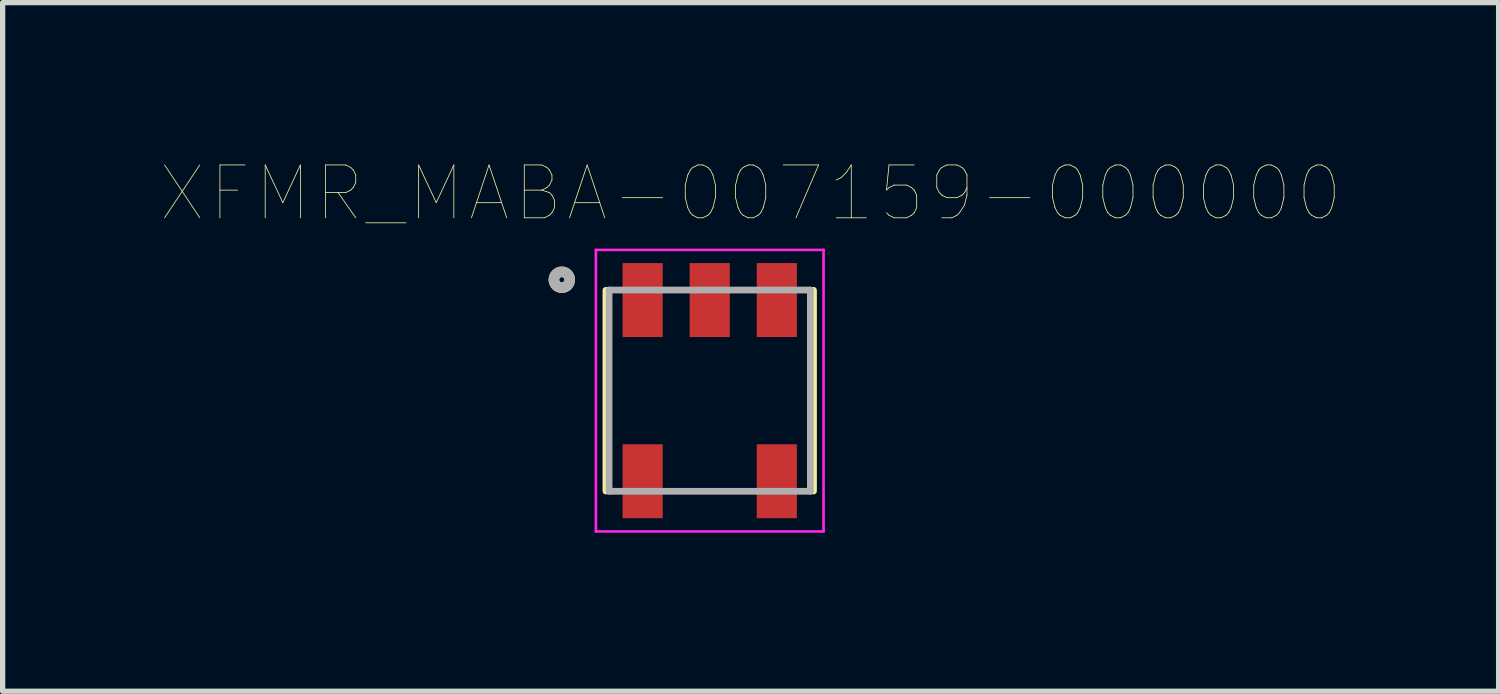
<source format=kicad_pcb>
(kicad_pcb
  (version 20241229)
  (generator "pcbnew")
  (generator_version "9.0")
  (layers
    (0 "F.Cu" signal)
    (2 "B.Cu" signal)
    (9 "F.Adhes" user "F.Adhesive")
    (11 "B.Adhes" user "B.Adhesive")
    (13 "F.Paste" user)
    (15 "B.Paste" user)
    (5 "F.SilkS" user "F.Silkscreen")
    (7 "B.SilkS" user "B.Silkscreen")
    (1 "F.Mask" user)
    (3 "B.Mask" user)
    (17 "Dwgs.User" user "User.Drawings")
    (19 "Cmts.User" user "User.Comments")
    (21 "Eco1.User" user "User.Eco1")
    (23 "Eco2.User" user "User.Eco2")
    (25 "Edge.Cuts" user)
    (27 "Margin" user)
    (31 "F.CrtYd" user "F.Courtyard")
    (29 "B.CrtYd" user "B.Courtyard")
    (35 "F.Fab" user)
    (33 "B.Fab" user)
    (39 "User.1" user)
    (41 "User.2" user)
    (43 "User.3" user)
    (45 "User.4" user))
  (footprint "XFMR_MABA-007159-000000"
    (layer "F.Cu")
    (at 10.386 4.346)
    (property "Reference" "XFMR_MABA-007159-000000" (at 0.775 -3.735 0) (layer "F.SilkS") (effects (font (size 1 1) (thickness 0.015))))
    (attr through_hole)
    (fp_line (start -1.965 -1.9) (end -1.965 1.9) (stroke (width 0.127) (type solid)) (layer "F.SilkS"))
    (fp_line (start 1.965 -1.9) (end 1.965 1.9) (stroke (width 0.127) (type solid)) (layer "F.SilkS"))
    (fp_circle (center -2.8 -2.1) (end -2.65 -2.1) (stroke (width 0.2) (type solid)) (fill no) (layer "F.SilkS"))
    (fp_line (start -2.155 -2.665) (end 2.155 -2.665) (stroke (width 0.05) (type solid)) (layer "F.CrtYd"))
    (fp_line (start -2.155 2.665) (end -2.155 -2.665) (stroke (width 0.05) (type solid)) (layer "F.CrtYd"))
    (fp_line (start 2.155 -2.665) (end 2.155 2.665) (stroke (width 0.05) (type solid)) (layer "F.CrtYd"))
    (fp_line (start 2.155 2.665) (end -2.155 2.665) (stroke (width 0.05) (type solid)) (layer "F.CrtYd"))
    (fp_line (start -1.905 -1.905) (end 1.905 -1.905) (stroke (width 0.127) (type solid)) (layer "F.Fab"))
    (fp_line (start -1.905 1.905) (end -1.905 -1.905) (stroke (width 0.127) (type solid)) (layer "F.Fab"))
    (fp_line (start 1.905 -1.905) (end 1.905 1.905) (stroke (width 0.127) (type solid)) (layer "F.Fab"))
    (fp_line (start 1.905 1.905) (end -1.905 1.905) (stroke (width 0.127) (type solid)) (layer "F.Fab"))
    (fp_circle (center -2.8 -2.1) (end -2.65 -2.1) (stroke (width 0.2) (type solid)) (fill no) (layer "F.Fab"))
    (pad "1" smd rect (at -1.27 -1.715) (size 0.76 1.4) (layers "F.Cu" "F.Mask" "F.Paste"))
    (pad "2" smd rect (at 0 -1.715) (size 0.76 1.4) (layers "F.Cu" "F.Mask" "F.Paste"))
    (pad "3" smd rect (at 1.27 -1.715) (size 0.76 1.4) (layers "F.Cu" "F.Mask" "F.Paste"))
    (pad "4" smd rect (at 1.27 1.715) (size 0.76 1.4) (layers "F.Cu" "F.Mask" "F.Paste"))
    (pad "5" smd rect (at -1.27 1.715) (size 0.76 1.4) (layers "F.Cu" "F.Mask" "F.Paste")))
  (gr_rect
    (start -3 -3)
    (end 25.321 10.036)
    (stroke (width 0.1) (type default))
    (fill no)
    (layer "Edge.Cuts")))
</source>
